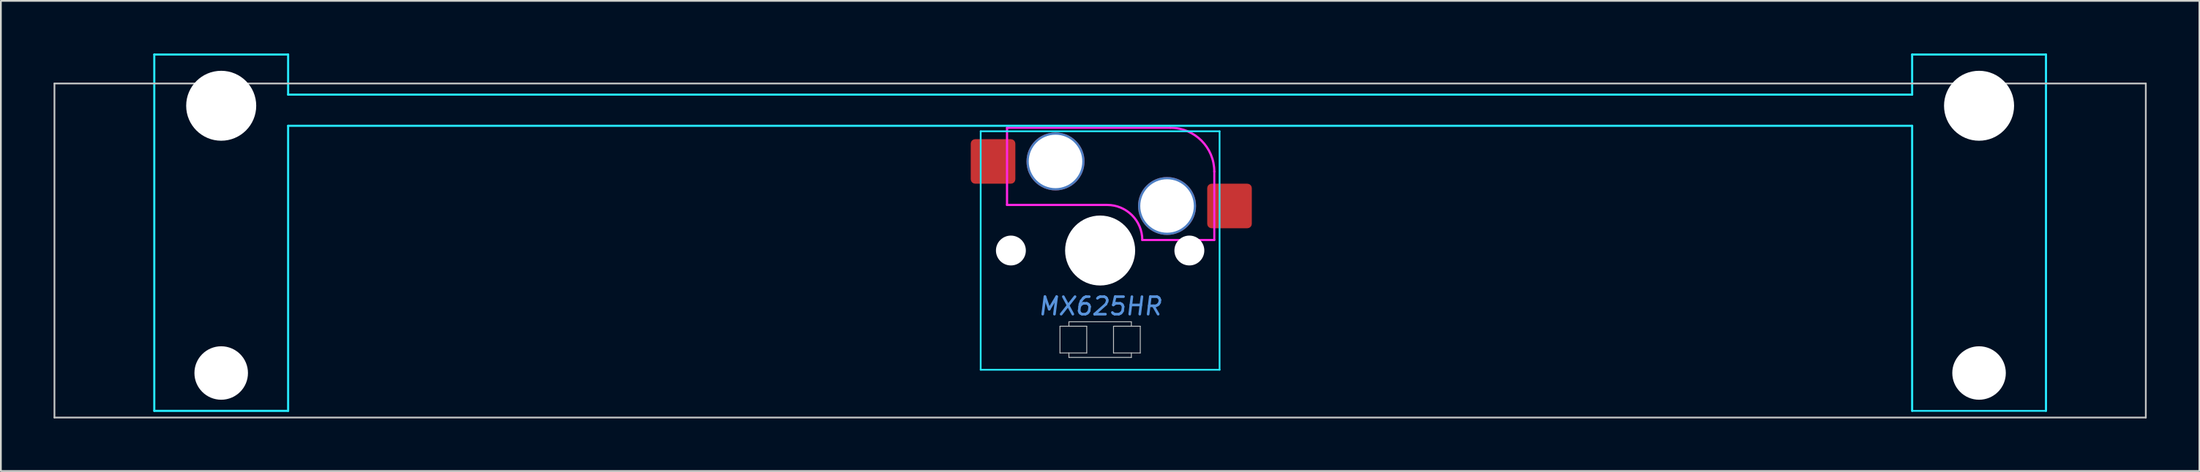
<source format=kicad_pcb>
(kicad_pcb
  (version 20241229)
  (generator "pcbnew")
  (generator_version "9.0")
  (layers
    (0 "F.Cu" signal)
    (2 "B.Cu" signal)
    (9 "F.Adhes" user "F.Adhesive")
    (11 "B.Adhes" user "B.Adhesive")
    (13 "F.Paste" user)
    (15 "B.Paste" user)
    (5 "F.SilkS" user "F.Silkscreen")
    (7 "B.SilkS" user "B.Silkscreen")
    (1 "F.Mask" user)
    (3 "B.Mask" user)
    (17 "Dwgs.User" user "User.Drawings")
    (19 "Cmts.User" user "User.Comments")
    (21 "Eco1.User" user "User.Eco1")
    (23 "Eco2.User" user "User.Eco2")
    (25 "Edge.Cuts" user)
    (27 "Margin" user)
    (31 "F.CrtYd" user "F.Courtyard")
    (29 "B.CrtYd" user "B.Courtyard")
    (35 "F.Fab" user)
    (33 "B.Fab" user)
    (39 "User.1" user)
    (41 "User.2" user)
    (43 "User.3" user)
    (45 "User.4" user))
  (footprint "MX625HR"
    (layer "F.Cu")
    (at 59.581 11.236)
    (property "Reference" "MX625HR" (at 0 3.175 0) (layer "Cmts.User") (effects (font (size 1 1) (thickness 0.15) (italic yes))))
    (attr smd)
    (fp_line (start -59.531 -9.525) (end -59.531 9.525) (stroke (width 0.1) (type solid)) (layer "Dwgs.User"))
    (fp_line (start -59.531 -9.525) (end 59.531 -9.525) (stroke (width 0.1) (type solid)) (layer "Dwgs.User"))
    (fp_line (start -59.531 9.525) (end 59.531 9.525) (stroke (width 0.1) (type solid)) (layer "Dwgs.User"))
    (fp_line (start -2.286 4.318) (end -0.762 4.318) (stroke (width 0.051) (type solid)) (layer "Dwgs.User"))
    (fp_line (start -2.286 5.842) (end -2.286 4.318) (stroke (width 0.051) (type solid)) (layer "Dwgs.User"))
    (fp_line (start -1.778 4.064) (end 1.778 4.064) (stroke (width 0.051) (type solid)) (layer "Dwgs.User"))
    (fp_line (start -1.778 4.318) (end -1.778 4.064) (stroke (width 0.051) (type solid)) (layer "Dwgs.User"))
    (fp_line (start -1.778 6.096) (end -1.778 5.842) (stroke (width 0.051) (type solid)) (layer "Dwgs.User"))
    (fp_line (start -0.762 4.318) (end -0.762 5.842) (stroke (width 0.051) (type solid)) (layer "Dwgs.User"))
    (fp_line (start -0.762 5.842) (end -2.286 5.842) (stroke (width 0.051) (type solid)) (layer "Dwgs.User"))
    (fp_line (start 0.762 4.318) (end 2.286 4.318) (stroke (width 0.051) (type solid)) (layer "Dwgs.User"))
    (fp_line (start 0.762 5.842) (end 0.762 4.318) (stroke (width 0.051) (type solid)) (layer "Dwgs.User"))
    (fp_line (start 1.778 4.064) (end 1.778 4.318) (stroke (width 0.051) (type solid)) (layer "Dwgs.User"))
    (fp_line (start 1.778 5.842) (end 1.778 6.096) (stroke (width 0.051) (type solid)) (layer "Dwgs.User"))
    (fp_line (start 1.778 6.096) (end -1.778 6.096) (stroke (width 0.051) (type solid)) (layer "Dwgs.User"))
    (fp_line (start 2.286 4.318) (end 2.286 5.842) (stroke (width 0.051) (type solid)) (layer "Dwgs.User"))
    (fp_line (start 2.286 5.842) (end 0.762 5.842) (stroke (width 0.051) (type solid)) (layer "Dwgs.User"))
    (fp_line (start 59.531 -9.525) (end 59.531 9.525) (stroke (width 0.1) (type solid)) (layer "Dwgs.User"))
    (fp_line (start -53.538 -8.515) (end -53.538 5.485) (stroke (width 0.1) (type solid)) (layer "Eco1.User"))
    (fp_line (start -53.038 -9.015) (end -47.038 -9.015) (stroke (width 0.1) (type solid)) (layer "Eco1.User"))
    (fp_line (start -47.038 5.985) (end -53.038 5.985) (stroke (width 0.1) (type solid)) (layer "Eco1.User"))
    (fp_line (start -46.538 5.485) (end -46.538 -8.515) (stroke (width 0.1) (type solid)) (layer "Eco1.User"))
    (fp_line (start -7 -6.5) (end -7 6.5) (stroke (width 0.1) (type solid)) (layer "Eco1.User"))
    (fp_line (start -6.5 7) (end 6.5 7) (stroke (width 0.1) (type solid)) (layer "Eco1.User"))
    (fp_line (start 6.5 -7) (end -6.5 -7) (stroke (width 0.1) (type solid)) (layer "Eco1.User"))
    (fp_line (start 7 6.5) (end 7 -6.5) (stroke (width 0.1) (type solid)) (layer "Eco1.User"))
    (fp_line (start 46.538 -8.515) (end 46.538 5.485) (stroke (width 0.1) (type solid)) (layer "Eco1.User"))
    (fp_line (start 47.038 -9.015) (end 53.038 -9.015) (stroke (width 0.1) (type solid)) (layer "Eco1.User"))
    (fp_line (start 53.038 5.985) (end 47.038 5.985) (stroke (width 0.1) (type solid)) (layer "Eco1.User"))
    (fp_line (start 53.538 5.485) (end 53.538 -8.515) (stroke (width 0.1) (type solid)) (layer "Eco1.User"))
    (fp_arc (start -53.538 -8.515) (mid -53.391553 -8.868553) (end -53.038 -9.015) (stroke (width 0.1) (type solid)) (layer "Eco1.User"))
    (fp_arc (start -53.038 5.985) (mid -53.391553 5.838553) (end -53.538 5.485) (stroke (width 0.1) (type solid)) (layer "Eco1.User"))
    (fp_arc (start -47.038 -9.015) (mid -46.684447 -8.868553) (end -46.538 -8.515) (stroke (width 0.1) (type solid)) (layer "Eco1.User"))
    (fp_arc (start -46.538 5.485) (mid -46.684447 5.838553) (end -47.038 5.985) (stroke (width 0.1) (type solid)) (layer "Eco1.User"))
    (fp_arc (start -7 -6.5) (mid -6.853553 -6.853553) (end -6.5 -7) (stroke (width 0.1) (type solid)) (layer "Eco1.User"))
    (fp_arc (start -6.5 7) (mid -6.853553 6.853553) (end -7 6.5) (stroke (width 0.1) (type solid)) (layer "Eco1.User"))
    (fp_arc (start 6.5 -7) (mid 6.853553 -6.853553) (end 7 -6.5) (stroke (width 0.1) (type solid)) (layer "Eco1.User"))
    (fp_arc (start 7 6.5) (mid 6.853553 6.853553) (end 6.5 7) (stroke (width 0.1) (type solid)) (layer "Eco1.User"))
    (fp_arc (start 46.538 -8.515) (mid 46.684447 -8.868553) (end 47.038 -9.015) (stroke (width 0.1) (type solid)) (layer "Eco1.User"))
    (fp_arc (start 47.038 5.985) (mid 46.684447 5.838553) (end 46.538 5.485) (stroke (width 0.1) (type solid)) (layer "Eco1.User"))
    (fp_arc (start 53.038 -9.015) (mid 53.391553 -8.868553) (end 53.538 -8.515) (stroke (width 0.1) (type solid)) (layer "Eco1.User"))
    (fp_arc (start 53.538 5.485) (mid 53.391553 5.838553) (end 53.038 5.985) (stroke (width 0.1) (type solid)) (layer "Eco1.User"))
    (fp_line (start -53.848 -11.176) (end -53.848 9.144) (stroke (width 0.12) (type solid)) (layer "B.CrtYd"))
    (fp_line (start -53.848 -11.176) (end -46.228 -11.176) (stroke (width 0.12) (type solid)) (layer "B.CrtYd"))
    (fp_line (start -53.848 9.144) (end -46.228 9.144) (stroke (width 0.12) (type solid)) (layer "B.CrtYd"))
    (fp_line (start -46.228 -11.176) (end -46.228 -8.89) (stroke (width 0.12) (type solid)) (layer "B.CrtYd"))
    (fp_line (start -46.228 -7.112) (end -46.228 9.144) (stroke (width 0.12) (type solid)) (layer "B.CrtYd"))
    (fp_line (start -6.8 -6.8) (end -6.8 6.8) (stroke (width 0.1) (type solid)) (layer "B.CrtYd"))
    (fp_line (start 6.8 -6.8) (end -6.8 -6.8) (stroke (width 0.1) (type solid)) (layer "B.CrtYd"))
    (fp_line (start 6.8 -6.8) (end 6.8 6.8) (stroke (width 0.1) (type solid)) (layer "B.CrtYd"))
    (fp_line (start 6.8 6.8) (end -6.8 6.8) (stroke (width 0.1) (type solid)) (layer "B.CrtYd"))
    (fp_line (start 46.228 -11.176) (end 46.228 -8.89) (stroke (width 0.12) (type solid)) (layer "B.CrtYd"))
    (fp_line (start 46.228 -8.89) (end -46.228 -8.89) (stroke (width 0.12) (type solid)) (layer "B.CrtYd"))
    (fp_line (start 46.228 -7.112) (end -46.228 -7.112) (stroke (width 0.12) (type solid)) (layer "B.CrtYd"))
    (fp_line (start 46.228 -7.112) (end 46.228 9.144) (stroke (width 0.12) (type solid)) (layer "B.CrtYd"))
    (fp_line (start 53.848 -11.176) (end 46.228 -11.176) (stroke (width 0.12) (type solid)) (layer "B.CrtYd"))
    (fp_line (start 53.848 -11.176) (end 53.848 9.144) (stroke (width 0.12) (type solid)) (layer "B.CrtYd"))
    (fp_line (start 53.848 9.144) (end 46.228 9.144) (stroke (width 0.1) (type solid)) (layer "B.CrtYd"))
    (fp_line (start -5.3 -7) (end -5.3 -2.6) (stroke (width 0.127) (type solid)) (layer "F.CrtYd"))
    (fp_line (start -5.2 -7) (end -5.3 -7) (stroke (width 0.12) (type solid)) (layer "F.CrtYd"))
    (fp_line (start 0.4 -2.6) (end -5.3 -2.6) (stroke (width 0.127) (type solid)) (layer "F.CrtYd"))
    (fp_line (start 4 -7) (end -5.2 -7) (stroke (width 0.12) (type solid)) (layer "F.CrtYd"))
    (fp_line (start 6.5 -4.5) (end 6.5 -0.6) (stroke (width 0.12) (type solid)) (layer "F.CrtYd"))
    (fp_line (start 6.5 -0.6) (end 2.4 -0.6) (stroke (width 0.12) (type solid)) (layer "F.CrtYd"))
    (fp_arc (start 0.4 -2.6) (mid 1.814214 -2.014214) (end 2.4 -0.6) (stroke (width 0.127) (type solid)) (layer "F.CrtYd"))
    (fp_arc (start 4 -7) (mid 5.767767 -6.267767) (end 6.5 -4.5) (stroke (width 0.127) (type solid)) (layer "F.CrtYd"))
    (pad "" np_thru_hole circle (at -50.038 -8.255 180) (size 3.988 3.988) (drill 3.988) (layers "*.Cu" "*.Mask"))
    (pad "" np_thru_hole circle (at -50.038 6.985 180) (size 3.048 3.048) (drill 3.048) (layers "*.Cu" "*.Mask"))
    (pad "" np_thru_hole circle (at -5.08 0) (size 1.702 1.702) (drill 1.702) (layers "*.Cu" "*.Mask"))
    (pad "" np_thru_hole circle (at -2.54 -5.08) (size 3.302 3.302) (drill 3.048) (layers "*.Cu" "*.Mask"))
    (pad "" np_thru_hole circle (at 0 0) (size 3.988 3.988) (drill 3.988) (layers "*.Cu" "*.Mask"))
    (pad "" np_thru_hole circle (at 3.81 -2.54) (size 3.302 3.302) (drill 3.048) (layers "*.Cu" "*.Mask"))
    (pad "" np_thru_hole circle (at 5.08 0) (size 1.702 1.702) (drill 1.702) (layers "*.Cu" "*.Mask"))
    (pad "" np_thru_hole circle (at 50.038 -8.255 180) (size 3.988 3.988) (drill 3.988) (layers "*.Cu" "*.Mask"))
    (pad "" np_thru_hole circle (at 50.038 6.985 180) (size 3.048 3.048) (drill 3.048) (layers "*.Cu" "*.Mask"))
    (pad "1" smd roundrect (at -6.096 -5.08) (size 2.54 2.54) (layers "F.Cu" "F.Mask") (roundrect_rratio 0.1))
    (pad "2" smd roundrect (at 7.366 -2.54) (size 2.54 2.54) (layers "F.Cu" "F.Mask") (roundrect_rratio 0.1)))
  (gr_rect
    (start -3 -3)
    (end 122.162 23.811)
    (stroke (width 0.1) (type default))
    (fill no)
    (layer "Edge.Cuts")))
</source>
